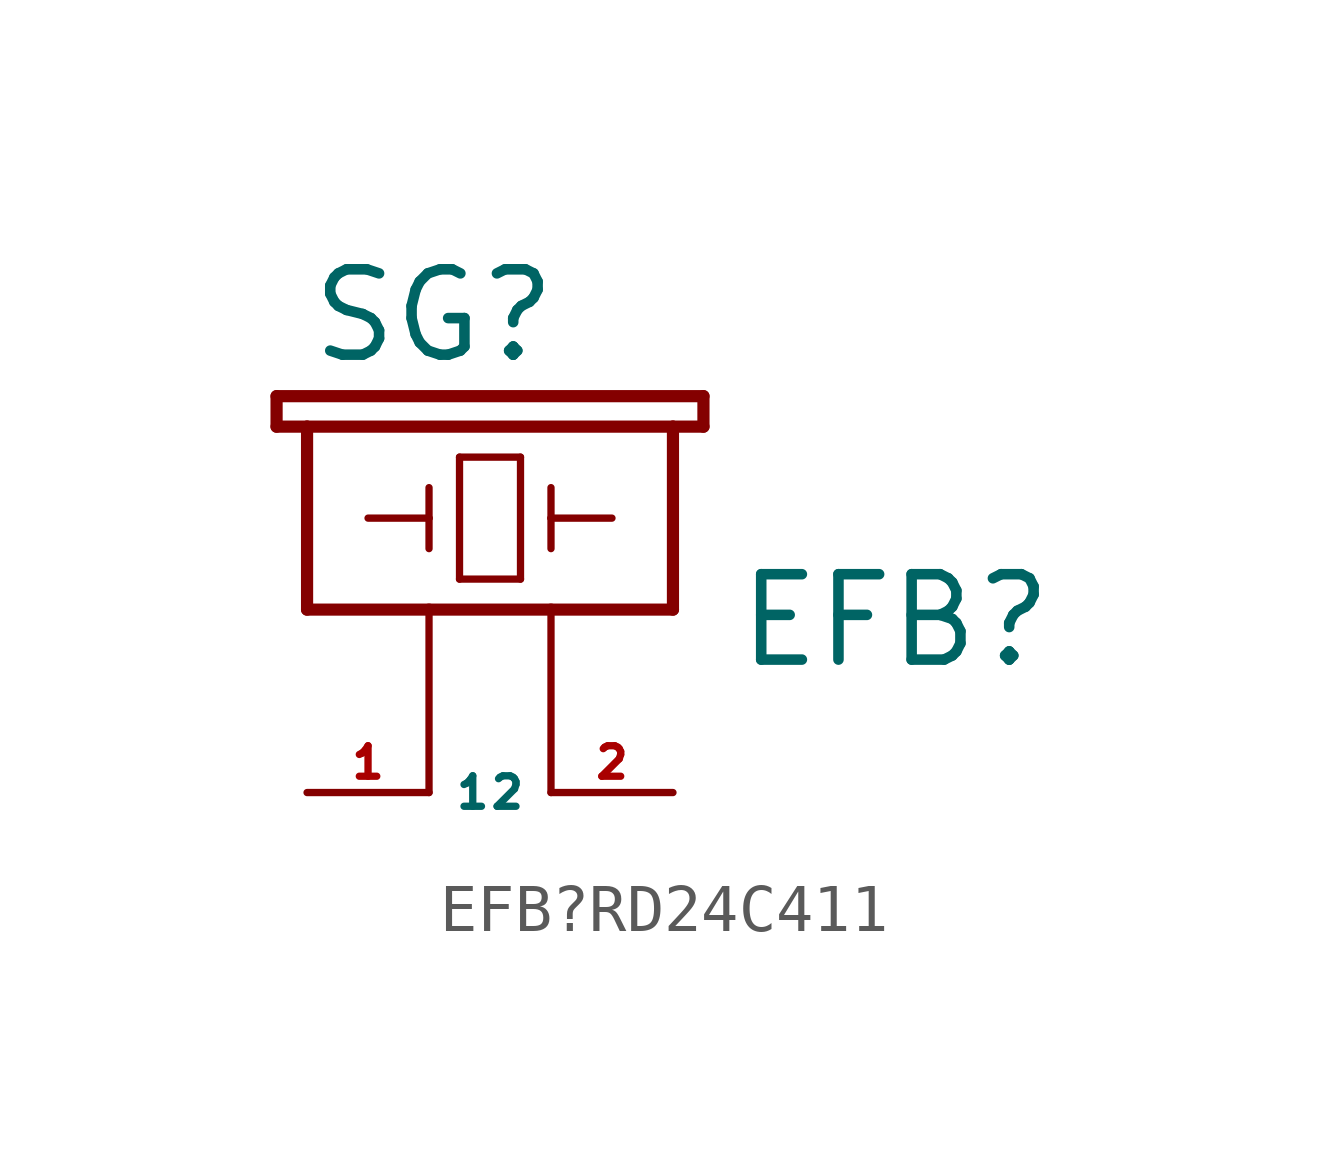
<source format=kicad_sym>
(kicad_symbol_lib
  (version 20220914)
  (generator Eagle2Kicad)
  (symbol "EFB?RD24C411"
    (property "Reference" "SG"
      (at -2.54 6.35 0)
      (effects (font (size 1.778 1.778) (thickness 0.22)) (justify left bottom)))
    (property "Value" "EFB?"
      (at 6.35 0 0)
      (effects (font (size 1.778 1.778) (thickness 0.22)) (justify left bottom)))
    (polyline
      (pts (xy -1.27 3.175) (xy 0 3.175))
      (stroke (width 0.152) (type default))
      (fill (type none)))
    (polyline
      (pts (xy 0 3.175) (xy 0 3.81))
      (stroke (width 0.152) (type default))
      (fill (type none)))
    (polyline
      (pts (xy 0 3.175) (xy 0 2.54))
      (stroke (width 0.152) (type default))
      (fill (type none)))
    (polyline
      (pts (xy 0.635 4.445) (xy 0.635 1.905))
      (stroke (width 0.152) (type default))
      (fill (type none)))
    (polyline
      (pts (xy 0.635 1.905) (xy 1.905 1.905))
      (stroke (width 0.152) (type default))
      (fill (type none)))
    (polyline
      (pts (xy 1.905 1.905) (xy 1.905 4.445))
      (stroke (width 0.152) (type default))
      (fill (type none)))
    (polyline
      (pts (xy 1.905 4.445) (xy 0.635 4.445))
      (stroke (width 0.152) (type default))
      (fill (type none)))
    (polyline
      (pts (xy 2.54 3.81) (xy 2.54 3.175))
      (stroke (width 0.152) (type default))
      (fill (type none)))
    (polyline
      (pts (xy 2.54 3.175) (xy 3.81 3.175))
      (stroke (width 0.152) (type default))
      (fill (type none)))
    (polyline
      (pts (xy 2.54 3.175) (xy 2.54 2.54))
      (stroke (width 0.152) (type default))
      (fill (type none)))
    (polyline
      (pts (xy 2.54 -2.54) (xy 2.54 1.27))
      (stroke (width 0.152) (type default))
      (fill (type none)))
    (polyline
      (pts (xy 0 -2.54) (xy 0 1.27))
      (stroke (width 0.152) (type default))
      (fill (type none)))
    (polyline
      (pts (xy -2.54 1.27) (xy 0 1.27))
      (stroke (width 0.254) (type default))
      (fill (type none)))
    (polyline
      (pts (xy 5.08 1.27) (xy 5.08 5.08))
      (stroke (width 0.254) (type default))
      (fill (type none)))
    (polyline
      (pts (xy 5.08 5.08) (xy 5.715 5.08))
      (stroke (width 0.254) (type default))
      (fill (type none)))
    (polyline
      (pts (xy 5.715 5.08) (xy 5.715 5.715))
      (stroke (width 0.254) (type default))
      (fill (type none)))
    (polyline
      (pts (xy 5.715 5.715) (xy -3.175 5.715))
      (stroke (width 0.254) (type default))
      (fill (type none)))
    (polyline
      (pts (xy -3.175 5.715) (xy -3.175 5.08))
      (stroke (width 0.254) (type default))
      (fill (type none)))
    (polyline
      (pts (xy -3.175 5.08) (xy -2.54 5.08))
      (stroke (width 0.254) (type default))
      (fill (type none)))
    (polyline
      (pts (xy -2.54 5.08) (xy -2.54 1.27))
      (stroke (width 0.254) (type default))
      (fill (type none)))
    (polyline
      (pts (xy -2.54 5.08) (xy 5.08 5.08))
      (stroke (width 0.254) (type default))
      (fill (type none)))
    (polyline
      (pts (xy 2.54 1.27) (xy 5.08 1.27))
      (stroke (width 0.254) (type default))
      (fill (type none)))
    (polyline
      (pts (xy 0 1.27) (xy 2.54 1.27))
      (stroke (width 0.254) (type default))
      (fill (type none)))
    (pin passive line
      (at 5.08 -2.54 180)
      (length 2.54)
      (name "2" (effects (font (size 0.635 0.635) (thickness 0.08)) (justify left bottom)))
      (number "2" (effects (font (size 0.635 0.635) (thickness 0.08)) (justify left bottom))))
    (pin passive line
      (at -2.54 -2.54 0)
      (length 2.54)
      (name "1" (effects (font (size 0.635 0.635) (thickness 0.08)) (justify left bottom)))
      (number "1" (effects (font (size 0.635 0.635) (thickness 0.08)) (justify left bottom))))))
</source>
